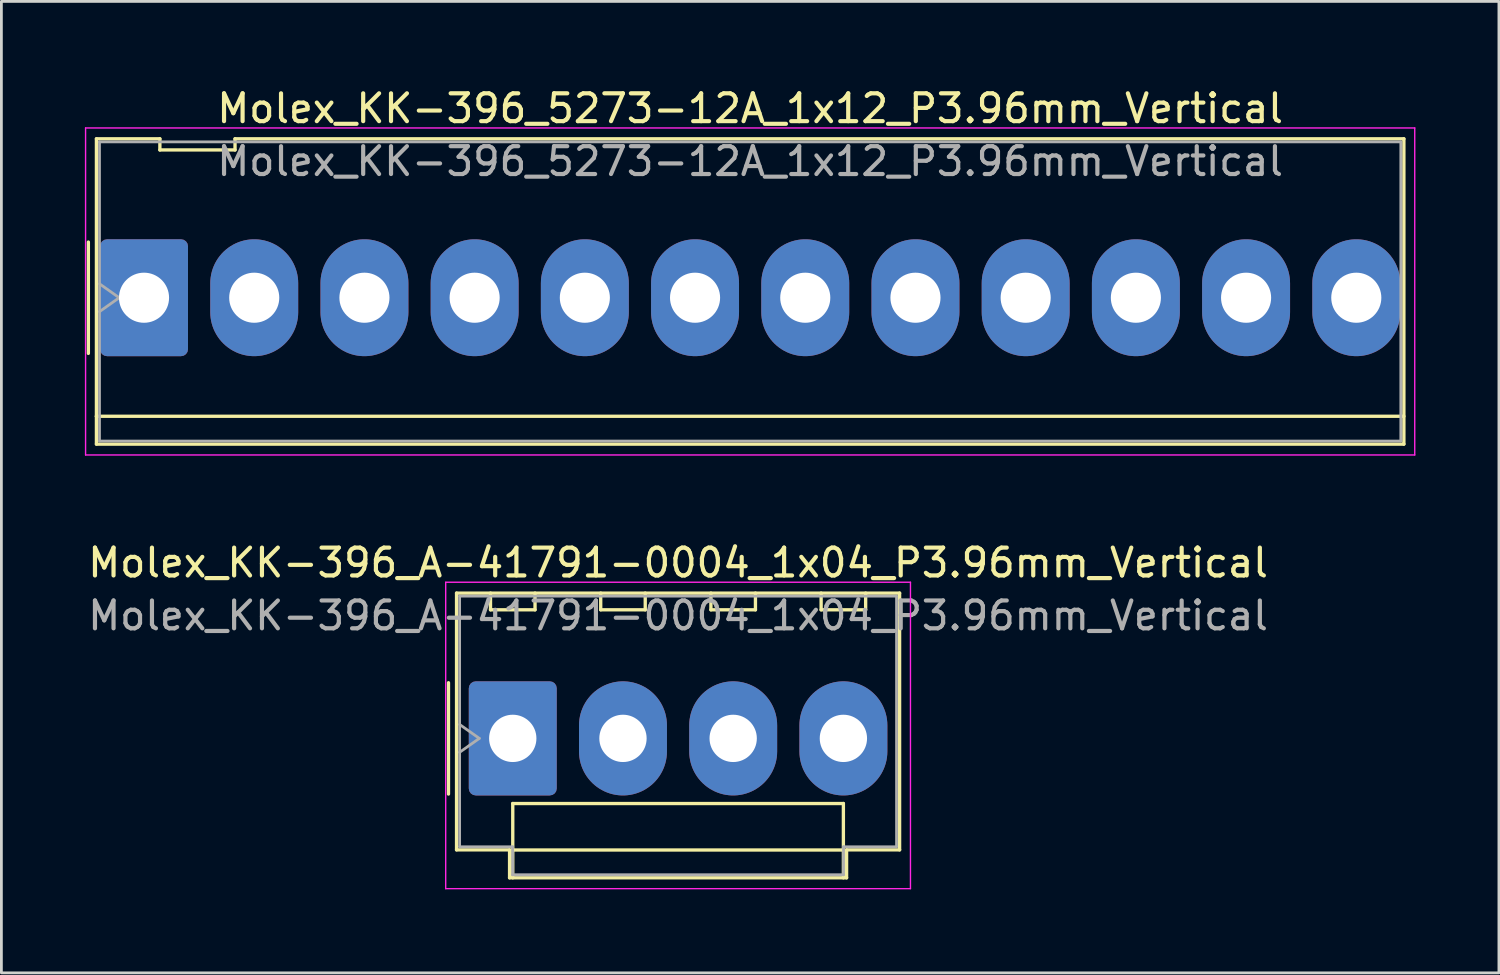
<source format=kicad_pcb>
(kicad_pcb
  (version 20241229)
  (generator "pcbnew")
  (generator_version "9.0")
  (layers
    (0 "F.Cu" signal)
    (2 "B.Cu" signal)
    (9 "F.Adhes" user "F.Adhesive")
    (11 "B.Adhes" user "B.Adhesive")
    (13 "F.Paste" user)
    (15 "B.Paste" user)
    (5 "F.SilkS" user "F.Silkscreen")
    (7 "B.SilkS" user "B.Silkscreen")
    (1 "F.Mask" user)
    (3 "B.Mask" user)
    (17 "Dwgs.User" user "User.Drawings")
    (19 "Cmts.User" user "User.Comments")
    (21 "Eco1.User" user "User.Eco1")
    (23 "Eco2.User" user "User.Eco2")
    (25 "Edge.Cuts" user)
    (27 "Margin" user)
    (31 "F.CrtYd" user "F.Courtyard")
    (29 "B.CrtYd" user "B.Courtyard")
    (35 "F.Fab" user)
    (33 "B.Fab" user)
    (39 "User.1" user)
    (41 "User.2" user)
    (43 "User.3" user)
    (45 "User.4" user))
  (footprint "Molex_KK-396_A-41791-0004_1x04_P3.96mm_Vertical"
    (layer "F.Cu")
    (at 15.375 23.482)
    (property "Reference" "Molex_KK-396_A-41791-0004_1x04_P3.96mm_Vertical" (at 5.94 -6.31 0) (layer "F.SilkS") (effects (font (size 1 1) (thickness 0.15))))
    (attr through_hole)
    (fp_line (start -2.31 -2) (end -2.31 2) (stroke (width 0.12) (type solid)) (layer "F.SilkS"))
    (fp_line (start -2.02 -5.22) (end 13.9 -5.22) (stroke (width 0.12) (type solid)) (layer "F.SilkS"))
    (fp_line (start -2.02 4.005) (end -2.02 -5.22) (stroke (width 0.12) (type solid)) (layer "F.SilkS"))
    (fp_line (start -0.8 -5.22) (end -0.8 -4.62) (stroke (width 0.12) (type solid)) (layer "F.SilkS"))
    (fp_line (start -0.8 -4.62) (end 0.8 -4.62) (stroke (width 0.12) (type solid)) (layer "F.SilkS"))
    (fp_line (start -0.115 4.005) (end -2.02 4.005) (stroke (width 0.12) (type solid)) (layer "F.SilkS"))
    (fp_line (start -0.115 5.01) (end -0.115 4.005) (stroke (width 0.12) (type solid)) (layer "F.SilkS"))
    (fp_line (start 0 2.34) (end 11.88 2.34) (stroke (width 0.12) (type solid)) (layer "F.SilkS"))
    (fp_line (start 0 4.01) (end 0 2.34) (stroke (width 0.12) (type solid)) (layer "F.SilkS"))
    (fp_line (start 0 4.01) (end 11.88 4.01) (stroke (width 0.12) (type solid)) (layer "F.SilkS"))
    (fp_line (start 0 5.01) (end 0 4.01) (stroke (width 0.12) (type solid)) (layer "F.SilkS"))
    (fp_line (start 0.8 -4.62) (end 0.8 -5.22) (stroke (width 0.12) (type solid)) (layer "F.SilkS"))
    (fp_line (start 3.16 -5.22) (end 3.16 -4.62) (stroke (width 0.12) (type solid)) (layer "F.SilkS"))
    (fp_line (start 3.16 -4.62) (end 4.76 -4.62) (stroke (width 0.12) (type solid)) (layer "F.SilkS"))
    (fp_line (start 4.76 -4.62) (end 4.76 -5.22) (stroke (width 0.12) (type solid)) (layer "F.SilkS"))
    (fp_line (start 7.12 -5.22) (end 7.12 -4.62) (stroke (width 0.12) (type solid)) (layer "F.SilkS"))
    (fp_line (start 7.12 -4.62) (end 8.72 -4.62) (stroke (width 0.12) (type solid)) (layer "F.SilkS"))
    (fp_line (start 8.72 -4.62) (end 8.72 -5.22) (stroke (width 0.12) (type solid)) (layer "F.SilkS"))
    (fp_line (start 11.08 -5.22) (end 11.08 -4.62) (stroke (width 0.12) (type solid)) (layer "F.SilkS"))
    (fp_line (start 11.08 -4.62) (end 12.68 -4.62) (stroke (width 0.12) (type solid)) (layer "F.SilkS"))
    (fp_line (start 11.88 2.34) (end 11.88 4.01) (stroke (width 0.12) (type solid)) (layer "F.SilkS"))
    (fp_line (start 11.88 4.01) (end 11.88 5.01) (stroke (width 0.12) (type solid)) (layer "F.SilkS"))
    (fp_line (start 11.995 4.005) (end 11.995 5.01) (stroke (width 0.12) (type solid)) (layer "F.SilkS"))
    (fp_line (start 11.995 5.01) (end -0.115 5.01) (stroke (width 0.12) (type solid)) (layer "F.SilkS"))
    (fp_line (start 12.68 -4.62) (end 12.68 -5.22) (stroke (width 0.12) (type solid)) (layer "F.SilkS"))
    (fp_line (start 13.9 -5.22) (end 13.9 4.005) (stroke (width 0.12) (type solid)) (layer "F.SilkS"))
    (fp_line (start 13.9 4.005) (end 11.995 4.005) (stroke (width 0.12) (type solid)) (layer "F.SilkS"))
    (fp_line (start -2.41 -5.61) (end -2.41 5.4) (stroke (width 0.05) (type solid)) (layer "F.CrtYd"))
    (fp_line (start -2.41 5.4) (end 14.29 5.4) (stroke (width 0.05) (type solid)) (layer "F.CrtYd"))
    (fp_line (start 14.29 -5.61) (end -2.41 -5.61) (stroke (width 0.05) (type solid)) (layer "F.CrtYd"))
    (fp_line (start 14.29 5.4) (end 14.29 -5.61) (stroke (width 0.05) (type solid)) (layer "F.CrtYd"))
    (fp_line (start -1.91 -5.11) (end 13.79 -5.11) (stroke (width 0.1) (type solid)) (layer "F.Fab"))
    (fp_line (start -1.91 -0.5) (end -1.203 0) (stroke (width 0.1) (type solid)) (layer "F.Fab"))
    (fp_line (start -1.91 3.895) (end -1.91 -5.11) (stroke (width 0.1) (type solid)) (layer "F.Fab"))
    (fp_line (start -1.203 0) (end -1.91 0.5) (stroke (width 0.1) (type solid)) (layer "F.Fab"))
    (fp_line (start -0.005 3.895) (end -1.91 3.895) (stroke (width 0.1) (type solid)) (layer "F.Fab"))
    (fp_line (start -0.005 4.9) (end -0.005 3.895) (stroke (width 0.1) (type solid)) (layer "F.Fab"))
    (fp_line (start 11.885 3.895) (end 11.885 4.9) (stroke (width 0.1) (type solid)) (layer "F.Fab"))
    (fp_line (start 11.885 4.9) (end -0.005 4.9) (stroke (width 0.1) (type solid)) (layer "F.Fab"))
    (fp_line (start 13.79 -5.11) (end 13.79 3.895) (stroke (width 0.1) (type solid)) (layer "F.Fab"))
    (fp_line (start 13.79 3.895) (end 11.885 3.895) (stroke (width 0.1) (type solid)) (layer "F.Fab"))
    (fp_text user "${REFERENCE}" (at 5.94 -4.41 0) (layer "F.Fab") (effects (font (size 1 1) (thickness 0.15))))
    (pad "1" thru_hole roundrect (at 0 0) (size 3.16 4.1) (drill 1.7) (layers "*.Cu" "*.Mask") (roundrect_rratio 0.079))
    (pad "2" thru_hole oval (at 3.96 0) (size 3.16 4.1) (drill 1.7) (layers "*.Cu" "*.Mask"))
    (pad "3" thru_hole oval (at 7.92 0) (size 3.16 4.1) (drill 1.7) (layers "*.Cu" "*.Mask"))
    (pad "4" thru_hole oval (at 11.88 0) (size 3.16 4.1) (drill 1.7) (layers "*.Cu" "*.Mask")))
  (footprint "Molex_KK-396_5273-12A_1x12_P3.96mm_Vertical"
    (layer "F.Cu")
    (at 2.125 7.648)
    (property "Reference" "Molex_KK-396_5273-12A_1x12_P3.96mm_Vertical" (at 21.78 -6.8 0) (layer "F.SilkS") (effects (font (size 1 1) (thickness 0.15))))
    (attr through_hole)
    (fp_line (start -2 -2) (end -2 2) (stroke (width 0.12) (type solid)) (layer "F.SilkS"))
    (fp_line (start -1.71 -5.71) (end 0.57 -5.71) (stroke (width 0.12) (type solid)) (layer "F.SilkS"))
    (fp_line (start -1.71 4.26) (end -1.71 -5.71) (stroke (width 0.12) (type solid)) (layer "F.SilkS"))
    (fp_line (start -1.71 4.26) (end 45.27 4.26) (stroke (width 0.12) (type solid)) (layer "F.SilkS"))
    (fp_line (start -1.71 5.26) (end -1.71 4.26) (stroke (width 0.12) (type solid)) (layer "F.SilkS"))
    (fp_line (start 0.57 -5.71) (end 0.57 -5.31) (stroke (width 0.12) (type solid)) (layer "F.SilkS"))
    (fp_line (start 0.57 -5.31) (end 3.27 -5.31) (stroke (width 0.12) (type solid)) (layer "F.SilkS"))
    (fp_line (start 3.27 -5.71) (end 45.27 -5.71) (stroke (width 0.12) (type solid)) (layer "F.SilkS"))
    (fp_line (start 3.27 -5.31) (end 3.27 -5.71) (stroke (width 0.12) (type solid)) (layer "F.SilkS"))
    (fp_line (start 45.27 -5.71) (end 45.27 5.26) (stroke (width 0.12) (type solid)) (layer "F.SilkS"))
    (fp_line (start 45.27 5.26) (end -1.71 5.26) (stroke (width 0.12) (type solid)) (layer "F.SilkS"))
    (fp_line (start -2.1 -6.1) (end -2.1 5.65) (stroke (width 0.05) (type solid)) (layer "F.CrtYd"))
    (fp_line (start -2.1 5.65) (end 45.66 5.65) (stroke (width 0.05) (type solid)) (layer "F.CrtYd"))
    (fp_line (start 45.66 -6.1) (end -2.1 -6.1) (stroke (width 0.05) (type solid)) (layer "F.CrtYd"))
    (fp_line (start 45.66 5.65) (end 45.66 -6.1) (stroke (width 0.05) (type solid)) (layer "F.CrtYd"))
    (fp_line (start -1.6 -5.6) (end 45.16 -5.6) (stroke (width 0.1) (type solid)) (layer "F.Fab"))
    (fp_line (start -1.6 -0.5) (end -0.893 0) (stroke (width 0.1) (type solid)) (layer "F.Fab"))
    (fp_line (start -1.6 5.15) (end -1.6 -5.6) (stroke (width 0.1) (type solid)) (layer "F.Fab"))
    (fp_line (start -0.893 0) (end -1.6 0.5) (stroke (width 0.1) (type solid)) (layer "F.Fab"))
    (fp_line (start 45.16 -5.6) (end 45.16 5.15) (stroke (width 0.1) (type solid)) (layer "F.Fab"))
    (fp_line (start 45.16 5.15) (end -1.6 5.15) (stroke (width 0.1) (type solid)) (layer "F.Fab"))
    (fp_text user "${REFERENCE}" (at 21.78 -4.9 0) (layer "F.Fab") (effects (font (size 1 1) (thickness 0.15))))
    (pad "1" thru_hole roundrect (at 0 0) (size 3.16 4.2) (drill 1.8) (layers "*.Cu" "*.Mask") (roundrect_rratio 0.079))
    (pad "2" thru_hole oval (at 3.96 0) (size 3.16 4.2) (drill 1.8) (layers "*.Cu" "*.Mask"))
    (pad "3" thru_hole oval (at 7.92 0) (size 3.16 4.2) (drill 1.8) (layers "*.Cu" "*.Mask"))
    (pad "4" thru_hole oval (at 11.88 0) (size 3.16 4.2) (drill 1.8) (layers "*.Cu" "*.Mask"))
    (pad "5" thru_hole oval (at 15.84 0) (size 3.16 4.2) (drill 1.8) (layers "*.Cu" "*.Mask"))
    (pad "6" thru_hole oval (at 19.8 0) (size 3.16 4.2) (drill 1.8) (layers "*.Cu" "*.Mask"))
    (pad "7" thru_hole oval (at 23.76 0) (size 3.16 4.2) (drill 1.8) (layers "*.Cu" "*.Mask"))
    (pad "8" thru_hole oval (at 27.72 0) (size 3.16 4.2) (drill 1.8) (layers "*.Cu" "*.Mask"))
    (pad "9" thru_hole oval (at 31.68 0) (size 3.16 4.2) (drill 1.8) (layers "*.Cu" "*.Mask"))
    (pad "10" thru_hole oval (at 35.64 0) (size 3.16 4.2) (drill 1.8) (layers "*.Cu" "*.Mask"))
    (pad "11" thru_hole oval (at 39.6 0) (size 3.16 4.2) (drill 1.8) (layers "*.Cu" "*.Mask"))
    (pad "12" thru_hole oval (at 43.56 0) (size 3.16 4.2) (drill 1.8) (layers "*.Cu" "*.Mask")))
  (gr_rect
    (start -3 -3)
    (end 50.81 31.907)
    (stroke (width 0.1) (type default))
    (fill no)
    (layer "Edge.Cuts")))
</source>
